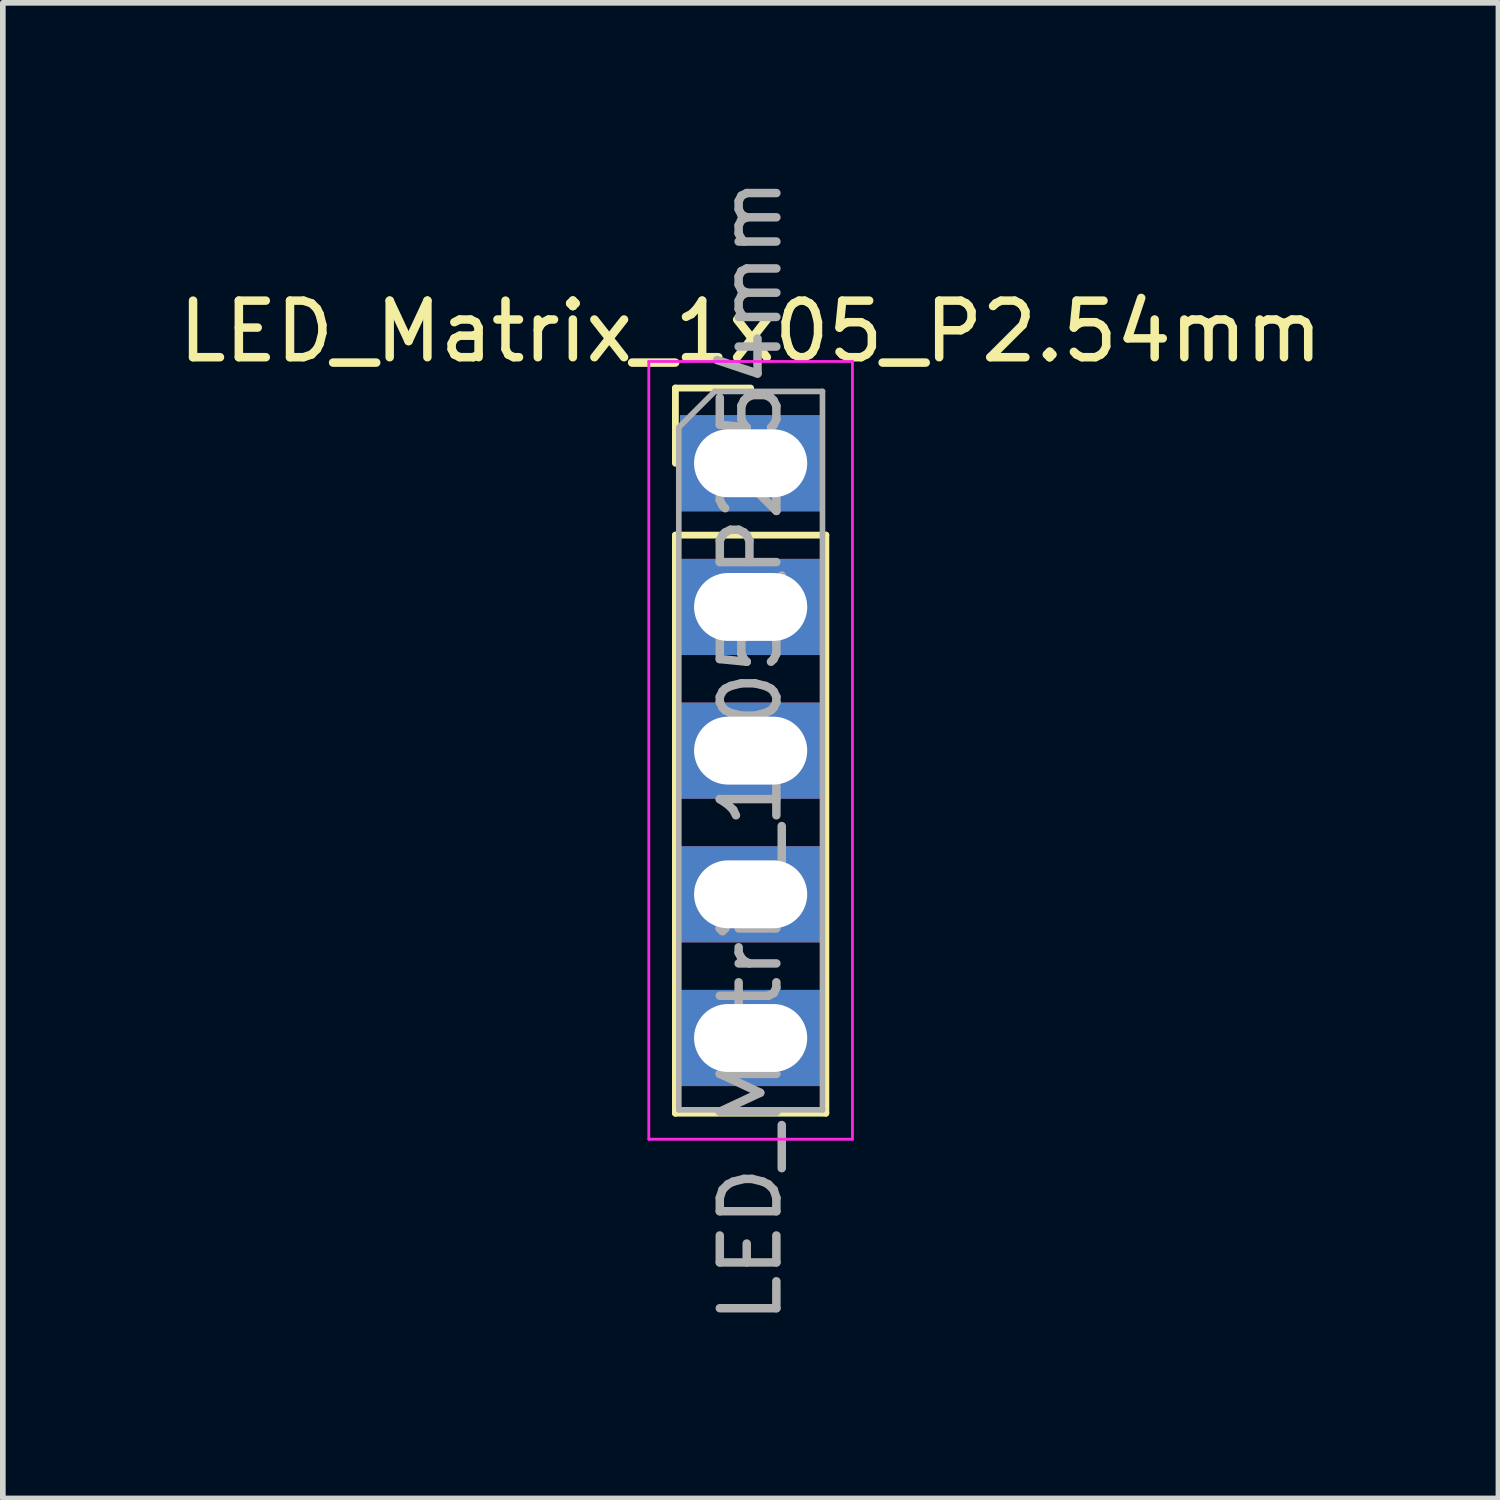
<source format=kicad_pcb>
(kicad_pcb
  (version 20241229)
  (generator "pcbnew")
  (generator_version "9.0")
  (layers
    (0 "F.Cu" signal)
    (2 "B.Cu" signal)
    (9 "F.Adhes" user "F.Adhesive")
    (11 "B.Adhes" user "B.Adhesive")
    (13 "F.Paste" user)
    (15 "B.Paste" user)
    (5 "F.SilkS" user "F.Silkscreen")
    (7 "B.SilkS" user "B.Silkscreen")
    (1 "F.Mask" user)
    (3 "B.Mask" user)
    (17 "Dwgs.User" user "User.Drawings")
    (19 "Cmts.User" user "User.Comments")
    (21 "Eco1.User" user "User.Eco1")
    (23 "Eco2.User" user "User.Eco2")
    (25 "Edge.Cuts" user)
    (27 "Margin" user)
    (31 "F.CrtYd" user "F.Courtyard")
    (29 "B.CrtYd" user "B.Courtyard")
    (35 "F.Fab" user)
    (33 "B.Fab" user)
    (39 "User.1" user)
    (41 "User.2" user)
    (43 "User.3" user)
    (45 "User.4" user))
  (footprint "LED_Matrix_1x05_P2.54mm"
    (layer "F.Cu")
    (at 10.22 5.14)
    (property "Reference" "LED_Matrix_1x05_P2.54mm" (at 0 -2.33 0) (layer "F.SilkS") (effects (font (size 1 1) (thickness 0.15))))
    (attr through_hole)
    (fp_line (start -1.33 -1.33) (end 0 -1.33) (stroke (width 0.12) (type solid)) (layer "F.SilkS"))
    (fp_line (start -1.33 0) (end -1.33 -1.33) (stroke (width 0.12) (type solid)) (layer "F.SilkS"))
    (fp_line (start -1.33 1.27) (end -1.33 11.49) (stroke (width 0.12) (type solid)) (layer "F.SilkS"))
    (fp_line (start -1.33 1.27) (end 1.33 1.27) (stroke (width 0.12) (type solid)) (layer "F.SilkS"))
    (fp_line (start -1.33 11.49) (end 1.33 11.49) (stroke (width 0.12) (type solid)) (layer "F.SilkS"))
    (fp_line (start 1.33 1.27) (end 1.33 11.49) (stroke (width 0.12) (type solid)) (layer "F.SilkS"))
    (fp_line (start -1.8 -1.8) (end -1.8 11.95) (stroke (width 0.05) (type solid)) (layer "F.CrtYd"))
    (fp_line (start -1.8 11.95) (end 1.8 11.95) (stroke (width 0.05) (type solid)) (layer "F.CrtYd"))
    (fp_line (start 1.8 -1.8) (end -1.8 -1.8) (stroke (width 0.05) (type solid)) (layer "F.CrtYd"))
    (fp_line (start 1.8 11.95) (end 1.8 -1.8) (stroke (width 0.05) (type solid)) (layer "F.CrtYd"))
    (fp_line (start -1.27 -0.635) (end -0.635 -1.27) (stroke (width 0.1) (type solid)) (layer "F.Fab"))
    (fp_line (start -1.27 11.43) (end -1.27 -0.635) (stroke (width 0.1) (type solid)) (layer "F.Fab"))
    (fp_line (start -0.635 -1.27) (end 1.27 -1.27) (stroke (width 0.1) (type solid)) (layer "F.Fab"))
    (fp_line (start 1.27 -1.27) (end 1.27 11.43) (stroke (width 0.1) (type solid)) (layer "F.Fab"))
    (fp_line (start 1.27 11.43) (end -1.27 11.43) (stroke (width 0.1) (type solid)) (layer "F.Fab"))
    (fp_text user "${REFERENCE}" (at 0 5.08 90) (layer "F.Fab") (effects (font (size 1 1) (thickness 0.15))))
    (pad "1" thru_hole rect (at 0 0) (size 2.5 1.7) (drill oval 2 1.2) (layers "*.Cu" "*.Mask"))
    (pad "2" thru_hole rect (at 0 2.54) (size 2.5 1.7) (drill oval 2 1.2) (layers "*.Cu" "*.Mask"))
    (pad "3" thru_hole rect (at 0 5.08) (size 2.5 1.7) (drill oval 2 1.2) (layers "*.Cu" "*.Mask"))
    (pad "4" thru_hole rect (at 0 7.62) (size 2.5 1.7) (drill oval 2 1.2) (layers "*.Cu" "*.Mask"))
    (pad "5" thru_hole rect (at 0 10.16) (size 2.5 1.7) (drill oval 2 1.2) (layers "*.Cu" "*.Mask")))
  (gr_rect
    (start -3 -3)
    (end 23.44 23.44)
    (stroke (width 0.1) (type default))
    (fill no)
    (layer "Edge.Cuts")))
</source>
